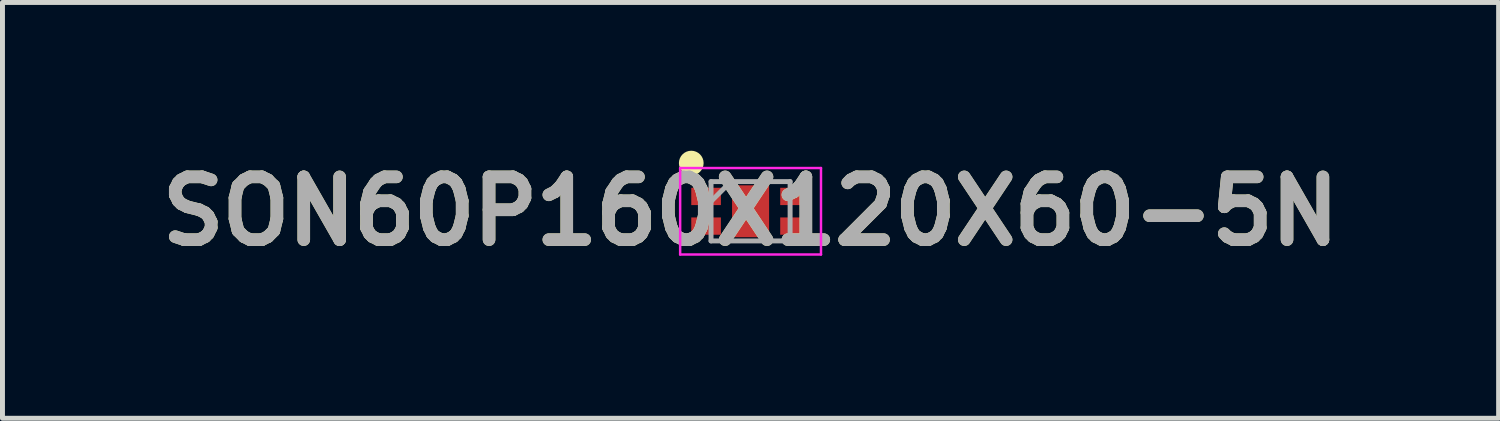
<source format=kicad_pcb>
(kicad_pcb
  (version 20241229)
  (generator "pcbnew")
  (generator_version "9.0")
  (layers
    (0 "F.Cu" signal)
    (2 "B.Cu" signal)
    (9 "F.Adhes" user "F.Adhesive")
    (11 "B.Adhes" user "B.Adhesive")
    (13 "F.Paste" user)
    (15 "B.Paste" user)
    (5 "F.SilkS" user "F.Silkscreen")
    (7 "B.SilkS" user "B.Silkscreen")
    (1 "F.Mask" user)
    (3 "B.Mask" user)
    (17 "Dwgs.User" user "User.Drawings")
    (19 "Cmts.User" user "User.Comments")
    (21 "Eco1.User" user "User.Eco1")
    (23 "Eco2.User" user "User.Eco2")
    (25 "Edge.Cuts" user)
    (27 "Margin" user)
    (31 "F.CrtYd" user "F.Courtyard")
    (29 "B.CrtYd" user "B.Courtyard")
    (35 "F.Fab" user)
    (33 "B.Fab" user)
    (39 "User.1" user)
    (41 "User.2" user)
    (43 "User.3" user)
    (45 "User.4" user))
  (footprint "SON60P160X120X60-5N"
    (layer "F.Cu")
    (at 12.138 1.225)
    (property "Reference" "SON60P160X120X60-5N" (at 0 0 0) (layer "F.SilkS") (effects (font (size 1.27 1.27) (thickness 0.254))))
    (attr smd)
    (fp_circle (center -1.2 -0.975) (end -1.2 -0.85) (stroke (width 0.25) (type solid)) (fill no) (layer "F.SilkS"))
    (fp_line (start -1.425 -0.875) (end 1.425 -0.875) (stroke (width 0.05) (type solid)) (layer "F.CrtYd"))
    (fp_line (start -1.425 0.875) (end -1.425 -0.875) (stroke (width 0.05) (type solid)) (layer "F.CrtYd"))
    (fp_line (start 1.425 -0.875) (end 1.425 0.875) (stroke (width 0.05) (type solid)) (layer "F.CrtYd"))
    (fp_line (start 1.425 0.875) (end -1.425 0.875) (stroke (width 0.05) (type solid)) (layer "F.CrtYd"))
    (fp_line (start -0.8 -0.6) (end 0.8 -0.6) (stroke (width 0.1) (type solid)) (layer "F.Fab"))
    (fp_line (start -0.8 -0.2) (end -0.4 -0.6) (stroke (width 0.1) (type solid)) (layer "F.Fab"))
    (fp_line (start -0.8 0.6) (end -0.8 -0.6) (stroke (width 0.1) (type solid)) (layer "F.Fab"))
    (fp_line (start 0.8 -0.6) (end 0.8 0.6) (stroke (width 0.1) (type solid)) (layer "F.Fab"))
    (fp_line (start 0.8 0.6) (end -0.8 0.6) (stroke (width 0.1) (type solid)) (layer "F.Fab"))
    (fp_text user "${REFERENCE}" (at 0 0 0) (layer "F.Fab") (effects (font (size 1.27 1.27) (thickness 0.254))))
    (pad "1" smd rect (at -0.9 -0.3 90) (size 0.35 0.6) (layers "F.Cu" "F.Mask" "F.Paste"))
    (pad "2" smd rect (at -0.9 0.3 90) (size 0.35 0.6) (layers "F.Cu" "F.Mask" "F.Paste"))
    (pad "3" smd rect (at 0.9 0.3 90) (size 0.35 0.6) (layers "F.Cu" "F.Mask" "F.Paste"))
    (pad "4" smd rect (at 0.9 -0.3 90) (size 0.35 0.6) (layers "F.Cu" "F.Mask" "F.Paste"))
    (pad "5" smd rect (at 0 0) (size 0.75 1.05) (layers "F.Cu" "F.Mask" "F.Paste")))
  (gr_rect
    (start -3 -3)
    (end 27.275 5.414)
    (stroke (width 0.1) (type default))
    (fill no)
    (layer "Edge.Cuts")))
</source>
